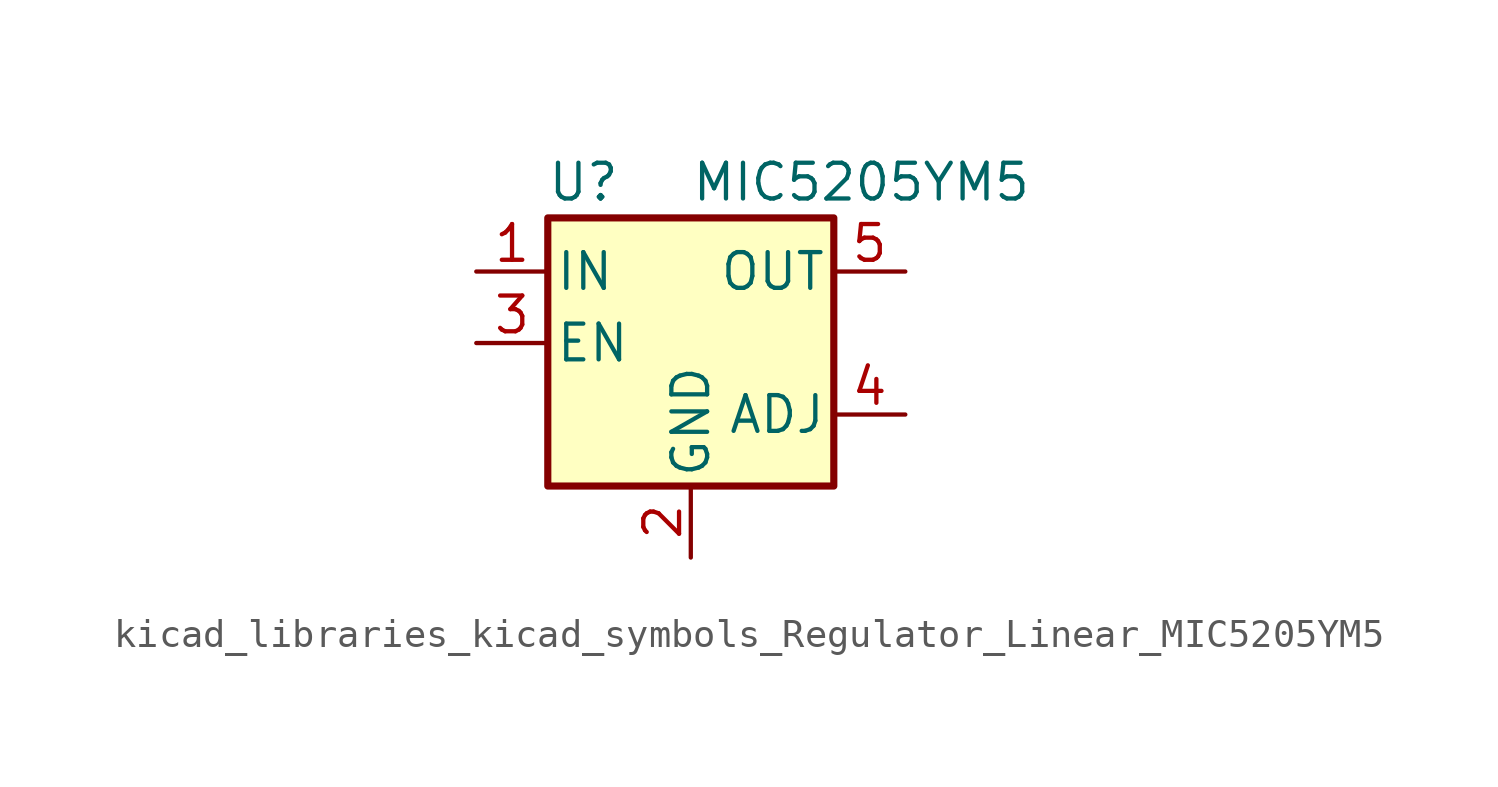
<source format=kicad_sym>
(kicad_symbol_lib
  (version 20220914)
  (generator kicad_symbol_editor)
  (symbol "kicad_libraries_kicad_symbols_Regulator_Linear_MIC5205YM5"
    (pin_names
      (offset 0.254))
    (property "Reference" "U"
      (at -3.81 5.715 0)
      (effects (font (size 1.27 1.27))))
    (property "Value" "MIC5205YM5"
      (at 0 5.715 0)
      (effects (font (size 1.27 1.27)) (justify left)))
    (symbol "kicad_libraries_kicad_symbols_Regulator_Linear_MIC5205YM5_0_1"
      (rectangle (start -5.08 4.445) (end 5.08 -5.08) (stroke (width 0.254) (type default)) (fill (type background))))
    (symbol "kicad_libraries_kicad_symbols_Regulator_Linear_MIC5205YM5_1_1"
      (pin power_in line (at -7.62 2.54 0) (length 2.54) (name "IN" (effects (font (size 1.27 1.27)))) (number "1" (effects (font (size 1.27 1.27)))))
      (pin power_in line (at 0 -7.62 90) (length 2.54) (name "GND" (effects (font (size 1.27 1.27)))) (number "2" (effects (font (size 1.27 1.27)))))
      (pin input line (at -7.62 0 0) (length 2.54) (name "EN" (effects (font (size 1.27 1.27)))) (number "3" (effects (font (size 1.27 1.27)))))
      (pin input line (at 7.62 -2.54 180) (length 2.54) (name "ADJ" (effects (font (size 1.27 1.27)))) (number "4" (effects (font (size 1.27 1.27)))))
      (pin power_out line (at 7.62 2.54 180) (length 2.54) (name "OUT" (effects (font (size 1.27 1.27)))) (number "5" (effects (font (size 1.27 1.27))))))))
</source>
